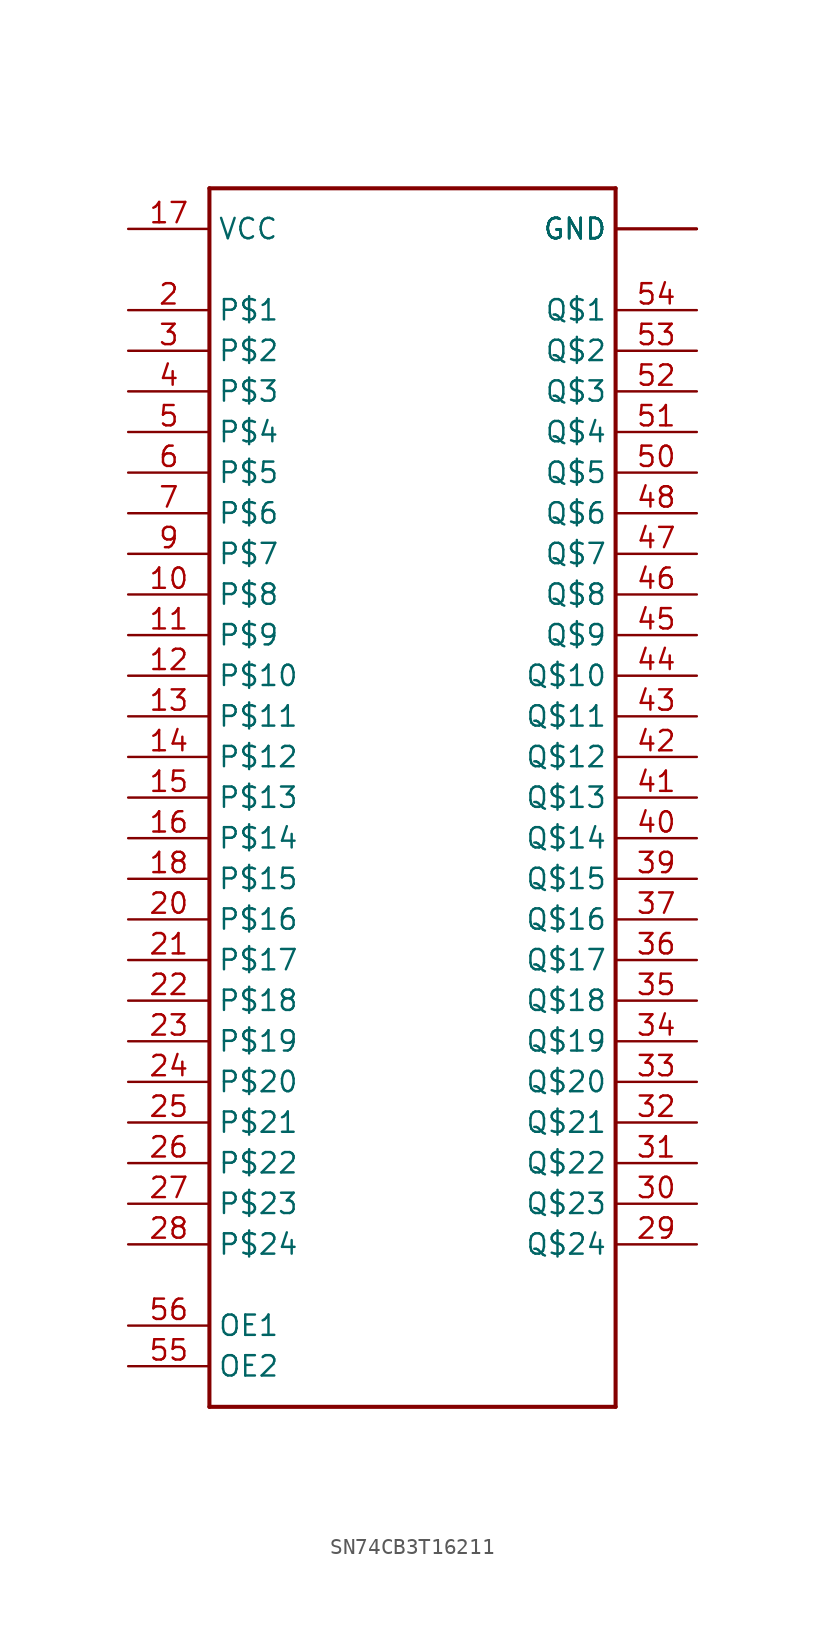
<source format=kicad_sym>
(kicad_symbol_lib
  (version 20231120)
  (generator "kicad_symbol_editor")
  (generator_version "8.0")
  (symbol "SN74CB3T16211"
    (property "Reference" ""
      (at 0 0 0)
      (effects (font (size 1.27 1.27)) (hide yes)))
    (property "ki_locked" ""
      (at 0 0 0)
      (effects (font (size 1.27 1.27))))
    (symbol "SN74CB3T16211_1_0"
      (polyline (pts (xy -20.32 -43.18) (xy -20.32 33.02)) (stroke (width 0.254) (type solid)) (fill (type none)))
      (polyline (pts (xy -20.32 33.02) (xy 5.08 33.02)) (stroke (width 0.254) (type solid)) (fill (type none)))
      (polyline (pts (xy 5.08 -43.18) (xy -20.32 -43.18)) (stroke (width 0.254) (type solid)) (fill (type none)))
      (polyline (pts (xy 5.08 33.02) (xy 5.08 -43.18)) (stroke (width 0.254) (type solid)) (fill (type none)))
      (pin bidirectional line (at -25.4 7.62 0) (length 5.08) (name "P$8" (effects (font (size 1.27 1.27)))) (number "10" (effects (font (size 1.27 1.27)))))
      (pin bidirectional line (at -25.4 5.08 0) (length 5.08) (name "P$9" (effects (font (size 1.27 1.27)))) (number "11" (effects (font (size 1.27 1.27)))))
      (pin bidirectional line (at -25.4 2.54 0) (length 5.08) (name "P$10" (effects (font (size 1.27 1.27)))) (number "12" (effects (font (size 1.27 1.27)))))
      (pin bidirectional line (at -25.4 0 0) (length 5.08) (name "P$11" (effects (font (size 1.27 1.27)))) (number "13" (effects (font (size 1.27 1.27)))))
      (pin bidirectional line (at -25.4 -2.54 0) (length 5.08) (name "P$12" (effects (font (size 1.27 1.27)))) (number "14" (effects (font (size 1.27 1.27)))))
      (pin bidirectional line (at -25.4 -5.08 0) (length 5.08) (name "P$13" (effects (font (size 1.27 1.27)))) (number "15" (effects (font (size 1.27 1.27)))))
      (pin bidirectional line (at -25.4 -7.62 0) (length 5.08) (name "P$14" (effects (font (size 1.27 1.27)))) (number "16" (effects (font (size 1.27 1.27)))))
      (pin power_in line (at -25.4 30.48 0) (length 5.08) (name "VCC" (effects (font (size 1.27 1.27)))) (number "17" (effects (font (size 1.27 1.27)))))
      (pin bidirectional line (at -25.4 -10.16 0) (length 5.08) (name "P$15" (effects (font (size 1.27 1.27)))) (number "18" (effects (font (size 1.27 1.27)))))
      (pin power_in line (at 10.16 30.48 180) (length 5.08) (name "GND" (effects (font (size 1.27 1.27)))) (number "19" (effects (font (size 0 0)))))
      (pin bidirectional line (at -25.4 25.4 0) (length 5.08) (name "P$1" (effects (font (size 1.27 1.27)))) (number "2" (effects (font (size 1.27 1.27)))))
      (pin bidirectional line (at -25.4 -12.7 0) (length 5.08) (name "P$16" (effects (font (size 1.27 1.27)))) (number "20" (effects (font (size 1.27 1.27)))))
      (pin bidirectional line (at -25.4 -15.24 0) (length 5.08) (name "P$17" (effects (font (size 1.27 1.27)))) (number "21" (effects (font (size 1.27 1.27)))))
      (pin bidirectional line (at -25.4 -17.78 0) (length 5.08) (name "P$18" (effects (font (size 1.27 1.27)))) (number "22" (effects (font (size 1.27 1.27)))))
      (pin bidirectional line (at -25.4 -20.32 0) (length 5.08) (name "P$19" (effects (font (size 1.27 1.27)))) (number "23" (effects (font (size 1.27 1.27)))))
      (pin bidirectional line (at -25.4 -22.86 0) (length 5.08) (name "P$20" (effects (font (size 1.27 1.27)))) (number "24" (effects (font (size 1.27 1.27)))))
      (pin bidirectional line (at -25.4 -25.4 0) (length 5.08) (name "P$21" (effects (font (size 1.27 1.27)))) (number "25" (effects (font (size 1.27 1.27)))))
      (pin bidirectional line (at -25.4 -27.94 0) (length 5.08) (name "P$22" (effects (font (size 1.27 1.27)))) (number "26" (effects (font (size 1.27 1.27)))))
      (pin bidirectional line (at -25.4 -30.48 0) (length 5.08) (name "P$23" (effects (font (size 1.27 1.27)))) (number "27" (effects (font (size 1.27 1.27)))))
      (pin bidirectional line (at -25.4 -33.02 0) (length 5.08) (name "P$24" (effects (font (size 1.27 1.27)))) (number "28" (effects (font (size 1.27 1.27)))))
      (pin bidirectional line (at 10.16 -33.02 180) (length 5.08) (name "Q$24" (effects (font (size 1.27 1.27)))) (number "29" (effects (font (size 1.27 1.27)))))
      (pin bidirectional line (at -25.4 22.86 0) (length 5.08) (name "P$2" (effects (font (size 1.27 1.27)))) (number "3" (effects (font (size 1.27 1.27)))))
      (pin bidirectional line (at 10.16 -30.48 180) (length 5.08) (name "Q$23" (effects (font (size 1.27 1.27)))) (number "30" (effects (font (size 1.27 1.27)))))
      (pin bidirectional line (at 10.16 -27.94 180) (length 5.08) (name "Q$22" (effects (font (size 1.27 1.27)))) (number "31" (effects (font (size 1.27 1.27)))))
      (pin bidirectional line (at 10.16 -25.4 180) (length 5.08) (name "Q$21" (effects (font (size 1.27 1.27)))) (number "32" (effects (font (size 1.27 1.27)))))
      (pin bidirectional line (at 10.16 -22.86 180) (length 5.08) (name "Q$20" (effects (font (size 1.27 1.27)))) (number "33" (effects (font (size 1.27 1.27)))))
      (pin bidirectional line (at 10.16 -20.32 180) (length 5.08) (name "Q$19" (effects (font (size 1.27 1.27)))) (number "34" (effects (font (size 1.27 1.27)))))
      (pin bidirectional line (at 10.16 -17.78 180) (length 5.08) (name "Q$18" (effects (font (size 1.27 1.27)))) (number "35" (effects (font (size 1.27 1.27)))))
      (pin bidirectional line (at 10.16 -15.24 180) (length 5.08) (name "Q$17" (effects (font (size 1.27 1.27)))) (number "36" (effects (font (size 1.27 1.27)))))
      (pin bidirectional line (at 10.16 -12.7 180) (length 5.08) (name "Q$16" (effects (font (size 1.27 1.27)))) (number "37" (effects (font (size 1.27 1.27)))))
      (pin power_in line (at 10.16 30.48 180) (length 5.08) (name "GND" (effects (font (size 1.27 1.27)))) (number "38" (effects (font (size 0 0)))))
      (pin bidirectional line (at 10.16 -10.16 180) (length 5.08) (name "Q$15" (effects (font (size 1.27 1.27)))) (number "39" (effects (font (size 1.27 1.27)))))
      (pin bidirectional line (at -25.4 20.32 0) (length 5.08) (name "P$3" (effects (font (size 1.27 1.27)))) (number "4" (effects (font (size 1.27 1.27)))))
      (pin bidirectional line (at 10.16 -7.62 180) (length 5.08) (name "Q$14" (effects (font (size 1.27 1.27)))) (number "40" (effects (font (size 1.27 1.27)))))
      (pin bidirectional line (at 10.16 -5.08 180) (length 5.08) (name "Q$13" (effects (font (size 1.27 1.27)))) (number "41" (effects (font (size 1.27 1.27)))))
      (pin bidirectional line (at 10.16 -2.54 180) (length 5.08) (name "Q$12" (effects (font (size 1.27 1.27)))) (number "42" (effects (font (size 1.27 1.27)))))
      (pin bidirectional line (at 10.16 0 180) (length 5.08) (name "Q$11" (effects (font (size 1.27 1.27)))) (number "43" (effects (font (size 1.27 1.27)))))
      (pin bidirectional line (at 10.16 2.54 180) (length 5.08) (name "Q$10" (effects (font (size 1.27 1.27)))) (number "44" (effects (font (size 1.27 1.27)))))
      (pin bidirectional line (at 10.16 5.08 180) (length 5.08) (name "Q$9" (effects (font (size 1.27 1.27)))) (number "45" (effects (font (size 1.27 1.27)))))
      (pin bidirectional line (at 10.16 7.62 180) (length 5.08) (name "Q$8" (effects (font (size 1.27 1.27)))) (number "46" (effects (font (size 1.27 1.27)))))
      (pin bidirectional line (at 10.16 10.16 180) (length 5.08) (name "Q$7" (effects (font (size 1.27 1.27)))) (number "47" (effects (font (size 1.27 1.27)))))
      (pin bidirectional line (at 10.16 12.7 180) (length 5.08) (name "Q$6" (effects (font (size 1.27 1.27)))) (number "48" (effects (font (size 1.27 1.27)))))
      (pin power_in line (at 10.16 30.48 180) (length 5.08) (name "GND" (effects (font (size 1.27 1.27)))) (number "49" (effects (font (size 0 0)))))
      (pin bidirectional line (at -25.4 17.78 0) (length 5.08) (name "P$4" (effects (font (size 1.27 1.27)))) (number "5" (effects (font (size 1.27 1.27)))))
      (pin bidirectional line (at 10.16 15.24 180) (length 5.08) (name "Q$5" (effects (font (size 1.27 1.27)))) (number "50" (effects (font (size 1.27 1.27)))))
      (pin bidirectional line (at 10.16 17.78 180) (length 5.08) (name "Q$4" (effects (font (size 1.27 1.27)))) (number "51" (effects (font (size 1.27 1.27)))))
      (pin bidirectional line (at 10.16 20.32 180) (length 5.08) (name "Q$3" (effects (font (size 1.27 1.27)))) (number "52" (effects (font (size 1.27 1.27)))))
      (pin bidirectional line (at 10.16 22.86 180) (length 5.08) (name "Q$2" (effects (font (size 1.27 1.27)))) (number "53" (effects (font (size 1.27 1.27)))))
      (pin bidirectional line (at 10.16 25.4 180) (length 5.08) (name "Q$1" (effects (font (size 1.27 1.27)))) (number "54" (effects (font (size 1.27 1.27)))))
      (pin input line (at -25.4 -40.64 0) (length 5.08) (name "OE2" (effects (font (size 1.27 1.27)))) (number "55" (effects (font (size 1.27 1.27)))))
      (pin input line (at -25.4 -38.1 0) (length 5.08) (name "OE1" (effects (font (size 1.27 1.27)))) (number "56" (effects (font (size 1.27 1.27)))))
      (pin bidirectional line (at -25.4 15.24 0) (length 5.08) (name "P$5" (effects (font (size 1.27 1.27)))) (number "6" (effects (font (size 1.27 1.27)))))
      (pin bidirectional line (at -25.4 12.7 0) (length 5.08) (name "P$6" (effects (font (size 1.27 1.27)))) (number "7" (effects (font (size 1.27 1.27)))))
      (pin power_in line (at 10.16 30.48 180) (length 5.08) (name "GND" (effects (font (size 1.27 1.27)))) (number "8" (effects (font (size 0 0)))))
      (pin bidirectional line (at -25.4 10.16 0) (length 5.08) (name "P$7" (effects (font (size 1.27 1.27)))) (number "9" (effects (font (size 1.27 1.27))))))))
</source>
